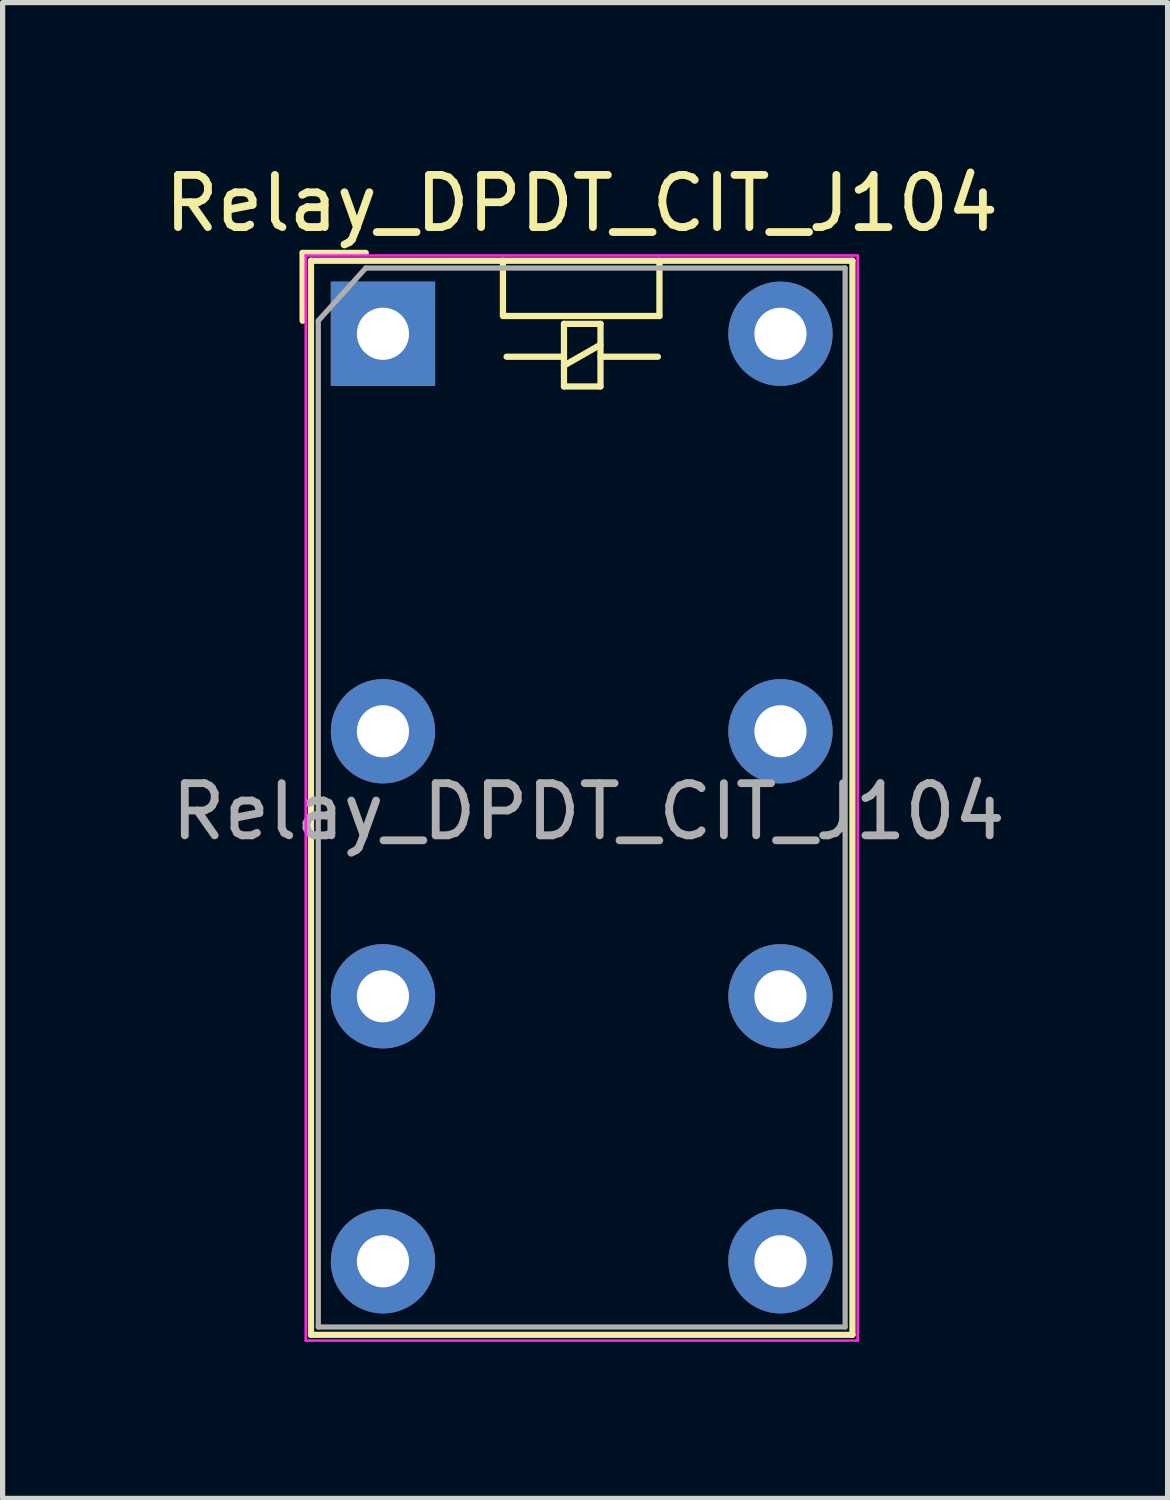
<source format=kicad_pcb>
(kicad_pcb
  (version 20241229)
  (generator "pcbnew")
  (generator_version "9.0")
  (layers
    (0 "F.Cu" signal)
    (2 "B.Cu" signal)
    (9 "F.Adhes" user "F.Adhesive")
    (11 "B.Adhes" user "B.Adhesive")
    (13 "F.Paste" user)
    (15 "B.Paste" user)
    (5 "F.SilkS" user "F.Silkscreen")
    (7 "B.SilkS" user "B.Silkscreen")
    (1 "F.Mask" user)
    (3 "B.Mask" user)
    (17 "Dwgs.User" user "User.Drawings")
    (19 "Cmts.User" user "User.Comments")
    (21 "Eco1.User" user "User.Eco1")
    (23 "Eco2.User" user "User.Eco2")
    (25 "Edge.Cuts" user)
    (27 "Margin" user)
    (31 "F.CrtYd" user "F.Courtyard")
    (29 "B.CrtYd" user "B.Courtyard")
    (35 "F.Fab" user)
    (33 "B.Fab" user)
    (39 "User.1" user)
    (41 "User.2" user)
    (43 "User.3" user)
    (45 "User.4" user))
  (footprint "Relay_DPDT_CIT_J104"
    (layer "F.Cu")
    (at 4.291 3.348)
    (property "Reference" "Relay_DPDT_CIT_J104" (at 3.81 -2.5 0) (layer "F.SilkS") (effects (font (size 1 1) (thickness 0.15))))
    (attr through_hole)
    (fp_line (start -1.54 -1.55) (end -0.33 -1.55) (stroke (width 0.12) (type solid)) (layer "F.SilkS"))
    (fp_line (start -1.54 -0.25) (end -1.54 -1.55) (stroke (width 0.12) (type solid)) (layer "F.SilkS"))
    (fp_line (start -1.38 -1.4) (end -1.38 19.19) (stroke (width 0.12) (type solid)) (layer "F.SilkS"))
    (fp_line (start -1.38 19.19) (end 9 19.19) (stroke (width 0.12) (type solid)) (layer "F.SilkS"))
    (fp_line (start 2.3 -1.4) (end 2.3 -0.36) (stroke (width 0.12) (type solid)) (layer "F.SilkS"))
    (fp_line (start 2.3 -0.34) (end 5.3 -0.34) (stroke (width 0.12) (type solid)) (layer "F.SilkS"))
    (fp_line (start 3.47 -0.19) (end 3.47 1.01) (stroke (width 0.12) (type solid)) (layer "F.SilkS"))
    (fp_line (start 3.47 0.44) (end 2.37 0.44) (stroke (width 0.12) (type solid)) (layer "F.SilkS"))
    (fp_line (start 3.47 0.61) (end 4.17 0.21) (stroke (width 0.12) (type solid)) (layer "F.SilkS"))
    (fp_line (start 3.47 1.01) (end 4.17 1.01) (stroke (width 0.12) (type solid)) (layer "F.SilkS"))
    (fp_line (start 4.17 -0.19) (end 3.47 -0.19) (stroke (width 0.12) (type solid)) (layer "F.SilkS"))
    (fp_line (start 4.17 0.44) (end 5.27 0.44) (stroke (width 0.12) (type solid)) (layer "F.SilkS"))
    (fp_line (start 4.17 1.01) (end 4.17 -0.19) (stroke (width 0.12) (type solid)) (layer "F.SilkS"))
    (fp_line (start 5.3 -0.34) (end 5.3 -1.4) (stroke (width 0.12) (type solid)) (layer "F.SilkS"))
    (fp_line (start 9 -1.4) (end -1.38 -1.4) (stroke (width 0.12) (type solid)) (layer "F.SilkS"))
    (fp_line (start 9 19.19) (end 9 -1.4) (stroke (width 0.12) (type solid)) (layer "F.SilkS"))
    (fp_line (start -1.48 -1.5) (end -1.48 19.3) (stroke (width 0.05) (type solid)) (layer "F.CrtYd"))
    (fp_line (start -1.48 -1.5) (end 9.1 -1.5) (stroke (width 0.05) (type solid)) (layer "F.CrtYd"))
    (fp_line (start 9.1 -1.5) (end 9.1 19.3) (stroke (width 0.05) (type solid)) (layer "F.CrtYd"))
    (fp_line (start 9.1 19.3) (end -1.48 19.3) (stroke (width 0.05) (type solid)) (layer "F.CrtYd"))
    (fp_line (start -1.24 -0.25) (end -1.24 19.04) (stroke (width 0.1) (type solid)) (layer "F.Fab"))
    (fp_line (start -1.24 -0.25) (end -0.33 -1.26) (stroke (width 0.1) (type solid)) (layer "F.Fab"))
    (fp_line (start -1.24 19.04) (end 8.86 19.04) (stroke (width 0.1) (type solid)) (layer "F.Fab"))
    (fp_line (start 8.86 -1.26) (end -0.33 -1.26) (stroke (width 0.1) (type solid)) (layer "F.Fab"))
    (fp_line (start 8.86 19.04) (end 8.86 -1.26) (stroke (width 0.1) (type solid)) (layer "F.Fab"))
    (fp_text user "${REFERENCE}" (at 3.94 9.16 0) (layer "F.Fab") (effects (font (size 1 1) (thickness 0.15))))
    (pad "1" thru_hole rect (at 0 0) (size 2 2) (drill 1) (layers "*.Cu" "*.Mask"))
    (pad "2" thru_hole circle (at 0 7.62) (size 2 2) (drill 1) (layers "*.Cu" "*.Mask"))
    (pad "3" thru_hole circle (at 0 12.7) (size 2 2) (drill 1) (layers "*.Cu" "*.Mask"))
    (pad "4" thru_hole circle (at 0 17.78) (size 2 2) (drill 1) (layers "*.Cu" "*.Mask"))
    (pad "5" thru_hole circle (at 7.62 17.78) (size 2 2) (drill 1) (layers "*.Cu" "*.Mask"))
    (pad "6" thru_hole circle (at 7.62 12.7) (size 2 2) (drill 1) (layers "*.Cu" "*.Mask"))
    (pad "7" thru_hole circle (at 7.62 7.62) (size 2 2) (drill 1) (layers "*.Cu" "*.Mask"))
    (pad "8" thru_hole circle (at 7.62 0) (size 2 2) (drill 1) (layers "*.Cu" "*.Mask")))
  (gr_rect
    (start -3 -3)
    (end 19.332 25.673)
    (stroke (width 0.1) (type default))
    (fill no)
    (layer "Edge.Cuts")))
</source>
